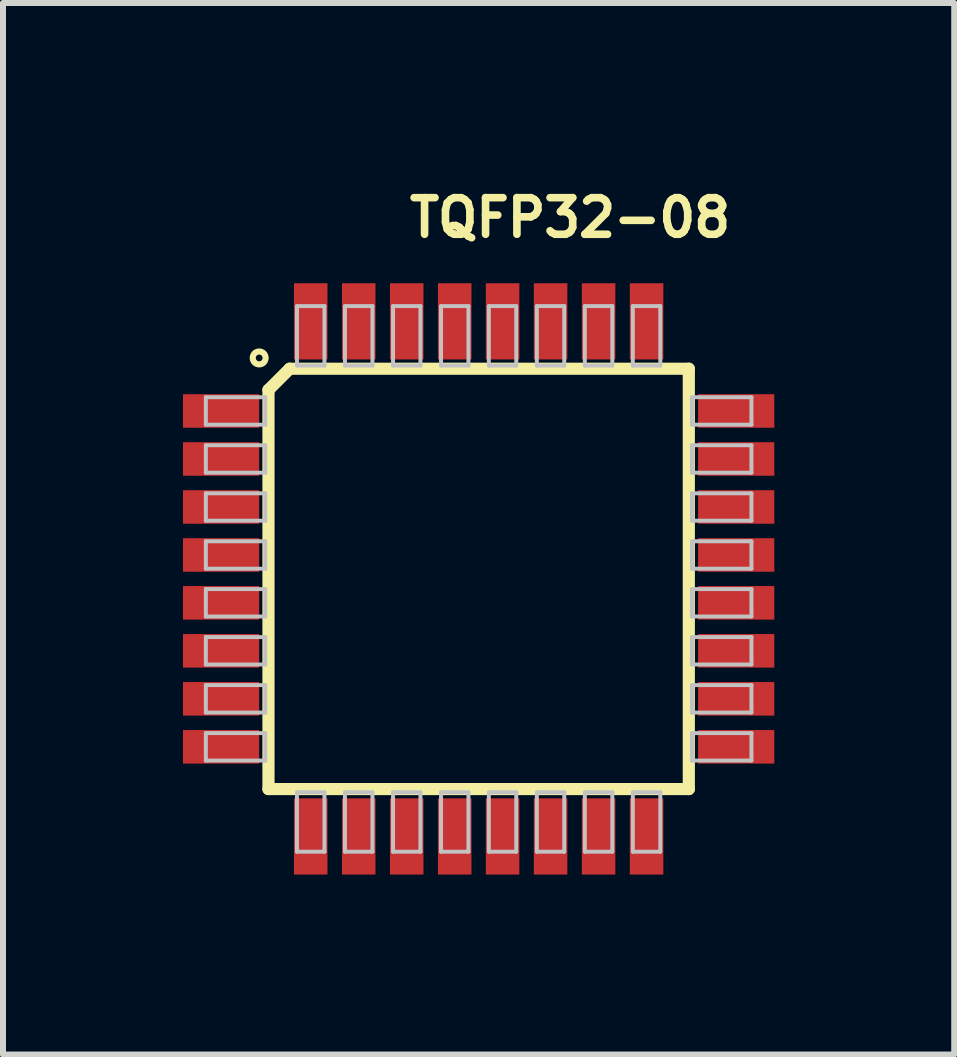
<source format=kicad_pcb>
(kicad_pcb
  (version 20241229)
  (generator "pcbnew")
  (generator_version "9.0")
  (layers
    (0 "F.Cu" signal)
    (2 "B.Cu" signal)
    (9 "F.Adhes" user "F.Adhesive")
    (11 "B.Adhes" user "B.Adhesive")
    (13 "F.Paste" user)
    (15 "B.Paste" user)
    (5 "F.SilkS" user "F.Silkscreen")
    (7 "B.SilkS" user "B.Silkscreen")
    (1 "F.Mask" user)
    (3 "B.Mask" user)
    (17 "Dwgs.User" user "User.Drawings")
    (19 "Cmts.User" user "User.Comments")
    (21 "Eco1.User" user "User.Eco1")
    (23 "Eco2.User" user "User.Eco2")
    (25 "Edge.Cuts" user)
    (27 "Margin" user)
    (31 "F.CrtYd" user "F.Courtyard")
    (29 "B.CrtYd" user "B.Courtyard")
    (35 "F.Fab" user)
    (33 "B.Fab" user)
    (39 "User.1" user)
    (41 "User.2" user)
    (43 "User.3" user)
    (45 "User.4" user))
  (footprint "TQFP32-08"
    (layer "F.Cu")
    (at 4.928 6.599)
    (property "Reference" "TQFP32-08" (at 1.524 -6.02 0) (layer "F.SilkS") (effects (font (size 0.61 0.61) (thickness 0.127))))
    (attr smd)
    (fp_line (start -3.503 3.503) (end -3.503 -3.15) (stroke (width 0.203) (type solid)) (layer "F.SilkS"))
    (fp_line (start -3.15 -3.503) (end -3.503 -3.15) (stroke (width 0.203) (type solid)) (layer "F.SilkS"))
    (fp_line (start -3.15 -3.503) (end 3.503 -3.503) (stroke (width 0.203) (type solid)) (layer "F.SilkS"))
    (fp_line (start 3.503 -3.503) (end 3.503 3.503) (stroke (width 0.203) (type solid)) (layer "F.SilkS"))
    (fp_line (start 3.503 3.503) (end -3.503 3.503) (stroke (width 0.203) (type solid)) (layer "F.SilkS"))
    (fp_circle (center -3.658 -3.683) (end -3.734 -3.759) (stroke (width 0.102) (type solid)) (fill no) (layer "F.SilkS"))
    (fp_line (start -4.547 -3.028) (end -3.556 -3.028) (stroke (width 0.066) (type solid)) (layer "Dwgs.User"))
    (fp_line (start -4.547 -2.57) (end -4.547 -3.028) (stroke (width 0.066) (type solid)) (layer "Dwgs.User"))
    (fp_line (start -4.547 -2.57) (end -3.556 -2.57) (stroke (width 0.066) (type solid)) (layer "Dwgs.User"))
    (fp_line (start -4.547 -2.228) (end -3.556 -2.228) (stroke (width 0.066) (type solid)) (layer "Dwgs.User"))
    (fp_line (start -4.547 -1.77) (end -4.547 -2.228) (stroke (width 0.066) (type solid)) (layer "Dwgs.User"))
    (fp_line (start -4.547 -1.77) (end -3.556 -1.77) (stroke (width 0.066) (type solid)) (layer "Dwgs.User"))
    (fp_line (start -4.547 -1.427) (end -3.556 -1.427) (stroke (width 0.066) (type solid)) (layer "Dwgs.User"))
    (fp_line (start -4.547 -0.97) (end -4.547 -1.427) (stroke (width 0.066) (type solid)) (layer "Dwgs.User"))
    (fp_line (start -4.547 -0.97) (end -3.556 -0.97) (stroke (width 0.066) (type solid)) (layer "Dwgs.User"))
    (fp_line (start -4.547 -0.627) (end -3.556 -0.627) (stroke (width 0.066) (type solid)) (layer "Dwgs.User"))
    (fp_line (start -4.547 -0.17) (end -4.547 -0.627) (stroke (width 0.066) (type solid)) (layer "Dwgs.User"))
    (fp_line (start -4.547 -0.17) (end -3.556 -0.17) (stroke (width 0.066) (type solid)) (layer "Dwgs.User"))
    (fp_line (start -4.547 0.17) (end -3.556 0.17) (stroke (width 0.066) (type solid)) (layer "Dwgs.User"))
    (fp_line (start -4.547 0.627) (end -4.547 0.17) (stroke (width 0.066) (type solid)) (layer "Dwgs.User"))
    (fp_line (start -4.547 0.627) (end -3.556 0.627) (stroke (width 0.066) (type solid)) (layer "Dwgs.User"))
    (fp_line (start -4.547 0.97) (end -3.556 0.97) (stroke (width 0.066) (type solid)) (layer "Dwgs.User"))
    (fp_line (start -4.547 1.427) (end -4.547 0.97) (stroke (width 0.066) (type solid)) (layer "Dwgs.User"))
    (fp_line (start -4.547 1.427) (end -3.556 1.427) (stroke (width 0.066) (type solid)) (layer "Dwgs.User"))
    (fp_line (start -4.547 1.77) (end -3.556 1.77) (stroke (width 0.066) (type solid)) (layer "Dwgs.User"))
    (fp_line (start -4.547 2.228) (end -4.547 1.77) (stroke (width 0.066) (type solid)) (layer "Dwgs.User"))
    (fp_line (start -4.547 2.228) (end -3.556 2.228) (stroke (width 0.066) (type solid)) (layer "Dwgs.User"))
    (fp_line (start -4.547 2.57) (end -3.556 2.57) (stroke (width 0.066) (type solid)) (layer "Dwgs.User"))
    (fp_line (start -4.547 3.028) (end -4.547 2.57) (stroke (width 0.066) (type solid)) (layer "Dwgs.User"))
    (fp_line (start -4.547 3.028) (end -3.556 3.028) (stroke (width 0.066) (type solid)) (layer "Dwgs.User"))
    (fp_line (start -3.556 -2.57) (end -3.556 -3.028) (stroke (width 0.066) (type solid)) (layer "Dwgs.User"))
    (fp_line (start -3.556 -1.77) (end -3.556 -2.228) (stroke (width 0.066) (type solid)) (layer "Dwgs.User"))
    (fp_line (start -3.556 -0.97) (end -3.556 -1.427) (stroke (width 0.066) (type solid)) (layer "Dwgs.User"))
    (fp_line (start -3.556 -0.17) (end -3.556 -0.627) (stroke (width 0.066) (type solid)) (layer "Dwgs.User"))
    (fp_line (start -3.556 0.627) (end -3.556 0.17) (stroke (width 0.066) (type solid)) (layer "Dwgs.User"))
    (fp_line (start -3.556 1.427) (end -3.556 0.97) (stroke (width 0.066) (type solid)) (layer "Dwgs.User"))
    (fp_line (start -3.556 2.228) (end -3.556 1.77) (stroke (width 0.066) (type solid)) (layer "Dwgs.User"))
    (fp_line (start -3.556 3.028) (end -3.556 2.57) (stroke (width 0.066) (type solid)) (layer "Dwgs.User"))
    (fp_line (start -3.028 -4.547) (end -2.57 -4.547) (stroke (width 0.066) (type solid)) (layer "Dwgs.User"))
    (fp_line (start -3.028 -3.556) (end -3.028 -4.547) (stroke (width 0.066) (type solid)) (layer "Dwgs.User"))
    (fp_line (start -3.028 -3.556) (end -2.57 -3.556) (stroke (width 0.066) (type solid)) (layer "Dwgs.User"))
    (fp_line (start -3.028 3.556) (end -2.57 3.556) (stroke (width 0.066) (type solid)) (layer "Dwgs.User"))
    (fp_line (start -3.028 4.547) (end -3.028 3.556) (stroke (width 0.066) (type solid)) (layer "Dwgs.User"))
    (fp_line (start -3.028 4.547) (end -2.57 4.547) (stroke (width 0.066) (type solid)) (layer "Dwgs.User"))
    (fp_line (start -2.57 -3.556) (end -2.57 -4.547) (stroke (width 0.066) (type solid)) (layer "Dwgs.User"))
    (fp_line (start -2.57 4.547) (end -2.57 3.556) (stroke (width 0.066) (type solid)) (layer "Dwgs.User"))
    (fp_line (start -2.228 -4.547) (end -1.77 -4.547) (stroke (width 0.066) (type solid)) (layer "Dwgs.User"))
    (fp_line (start -2.228 -3.556) (end -2.228 -4.547) (stroke (width 0.066) (type solid)) (layer "Dwgs.User"))
    (fp_line (start -2.228 -3.556) (end -1.77 -3.556) (stroke (width 0.066) (type solid)) (layer "Dwgs.User"))
    (fp_line (start -2.228 3.556) (end -1.77 3.556) (stroke (width 0.066) (type solid)) (layer "Dwgs.User"))
    (fp_line (start -2.228 4.547) (end -2.228 3.556) (stroke (width 0.066) (type solid)) (layer "Dwgs.User"))
    (fp_line (start -2.228 4.547) (end -1.77 4.547) (stroke (width 0.066) (type solid)) (layer "Dwgs.User"))
    (fp_line (start -1.77 -3.556) (end -1.77 -4.547) (stroke (width 0.066) (type solid)) (layer "Dwgs.User"))
    (fp_line (start -1.77 4.547) (end -1.77 3.556) (stroke (width 0.066) (type solid)) (layer "Dwgs.User"))
    (fp_line (start -1.427 -4.547) (end -0.97 -4.547) (stroke (width 0.066) (type solid)) (layer "Dwgs.User"))
    (fp_line (start -1.427 -3.556) (end -1.427 -4.547) (stroke (width 0.066) (type solid)) (layer "Dwgs.User"))
    (fp_line (start -1.427 -3.556) (end -0.97 -3.556) (stroke (width 0.066) (type solid)) (layer "Dwgs.User"))
    (fp_line (start -1.427 3.556) (end -0.97 3.556) (stroke (width 0.066) (type solid)) (layer "Dwgs.User"))
    (fp_line (start -1.427 4.547) (end -1.427 3.556) (stroke (width 0.066) (type solid)) (layer "Dwgs.User"))
    (fp_line (start -1.427 4.547) (end -0.97 4.547) (stroke (width 0.066) (type solid)) (layer "Dwgs.User"))
    (fp_line (start -0.97 -3.556) (end -0.97 -4.547) (stroke (width 0.066) (type solid)) (layer "Dwgs.User"))
    (fp_line (start -0.97 4.547) (end -0.97 3.556) (stroke (width 0.066) (type solid)) (layer "Dwgs.User"))
    (fp_line (start -0.627 -4.547) (end -0.17 -4.547) (stroke (width 0.066) (type solid)) (layer "Dwgs.User"))
    (fp_line (start -0.627 -3.556) (end -0.627 -4.547) (stroke (width 0.066) (type solid)) (layer "Dwgs.User"))
    (fp_line (start -0.627 -3.556) (end -0.17 -3.556) (stroke (width 0.066) (type solid)) (layer "Dwgs.User"))
    (fp_line (start -0.627 3.556) (end -0.17 3.556) (stroke (width 0.066) (type solid)) (layer "Dwgs.User"))
    (fp_line (start -0.627 4.547) (end -0.627 3.556) (stroke (width 0.066) (type solid)) (layer "Dwgs.User"))
    (fp_line (start -0.627 4.547) (end -0.17 4.547) (stroke (width 0.066) (type solid)) (layer "Dwgs.User"))
    (fp_line (start -0.17 -3.556) (end -0.17 -4.547) (stroke (width 0.066) (type solid)) (layer "Dwgs.User"))
    (fp_line (start -0.17 4.547) (end -0.17 3.556) (stroke (width 0.066) (type solid)) (layer "Dwgs.User"))
    (fp_line (start 0.17 -4.547) (end 0.627 -4.547) (stroke (width 0.066) (type solid)) (layer "Dwgs.User"))
    (fp_line (start 0.17 -3.556) (end 0.17 -4.547) (stroke (width 0.066) (type solid)) (layer "Dwgs.User"))
    (fp_line (start 0.17 -3.556) (end 0.627 -3.556) (stroke (width 0.066) (type solid)) (layer "Dwgs.User"))
    (fp_line (start 0.17 3.556) (end 0.627 3.556) (stroke (width 0.066) (type solid)) (layer "Dwgs.User"))
    (fp_line (start 0.17 4.547) (end 0.17 3.556) (stroke (width 0.066) (type solid)) (layer "Dwgs.User"))
    (fp_line (start 0.17 4.547) (end 0.627 4.547) (stroke (width 0.066) (type solid)) (layer "Dwgs.User"))
    (fp_line (start 0.627 -3.556) (end 0.627 -4.547) (stroke (width 0.066) (type solid)) (layer "Dwgs.User"))
    (fp_line (start 0.627 4.547) (end 0.627 3.556) (stroke (width 0.066) (type solid)) (layer "Dwgs.User"))
    (fp_line (start 0.97 -4.547) (end 1.427 -4.547) (stroke (width 0.066) (type solid)) (layer "Dwgs.User"))
    (fp_line (start 0.97 -3.556) (end 0.97 -4.547) (stroke (width 0.066) (type solid)) (layer "Dwgs.User"))
    (fp_line (start 0.97 -3.556) (end 1.427 -3.556) (stroke (width 0.066) (type solid)) (layer "Dwgs.User"))
    (fp_line (start 0.97 3.556) (end 1.427 3.556) (stroke (width 0.066) (type solid)) (layer "Dwgs.User"))
    (fp_line (start 0.97 4.547) (end 0.97 3.556) (stroke (width 0.066) (type solid)) (layer "Dwgs.User"))
    (fp_line (start 0.97 4.547) (end 1.427 4.547) (stroke (width 0.066) (type solid)) (layer "Dwgs.User"))
    (fp_line (start 1.427 -3.556) (end 1.427 -4.547) (stroke (width 0.066) (type solid)) (layer "Dwgs.User"))
    (fp_line (start 1.427 4.547) (end 1.427 3.556) (stroke (width 0.066) (type solid)) (layer "Dwgs.User"))
    (fp_line (start 1.77 -4.547) (end 2.228 -4.547) (stroke (width 0.066) (type solid)) (layer "Dwgs.User"))
    (fp_line (start 1.77 -3.556) (end 1.77 -4.547) (stroke (width 0.066) (type solid)) (layer "Dwgs.User"))
    (fp_line (start 1.77 -3.556) (end 2.228 -3.556) (stroke (width 0.066) (type solid)) (layer "Dwgs.User"))
    (fp_line (start 1.77 3.556) (end 2.228 3.556) (stroke (width 0.066) (type solid)) (layer "Dwgs.User"))
    (fp_line (start 1.77 4.547) (end 1.77 3.556) (stroke (width 0.066) (type solid)) (layer "Dwgs.User"))
    (fp_line (start 1.77 4.547) (end 2.228 4.547) (stroke (width 0.066) (type solid)) (layer "Dwgs.User"))
    (fp_line (start 2.228 -3.556) (end 2.228 -4.547) (stroke (width 0.066) (type solid)) (layer "Dwgs.User"))
    (fp_line (start 2.228 4.547) (end 2.228 3.556) (stroke (width 0.066) (type solid)) (layer "Dwgs.User"))
    (fp_line (start 2.57 -4.547) (end 3.028 -4.547) (stroke (width 0.066) (type solid)) (layer "Dwgs.User"))
    (fp_line (start 2.57 -3.556) (end 2.57 -4.547) (stroke (width 0.066) (type solid)) (layer "Dwgs.User"))
    (fp_line (start 2.57 -3.556) (end 3.028 -3.556) (stroke (width 0.066) (type solid)) (layer "Dwgs.User"))
    (fp_line (start 2.57 3.556) (end 3.028 3.556) (stroke (width 0.066) (type solid)) (layer "Dwgs.User"))
    (fp_line (start 2.57 4.547) (end 2.57 3.556) (stroke (width 0.066) (type solid)) (layer "Dwgs.User"))
    (fp_line (start 2.57 4.547) (end 3.028 4.547) (stroke (width 0.066) (type solid)) (layer "Dwgs.User"))
    (fp_line (start 3.028 -3.556) (end 3.028 -4.547) (stroke (width 0.066) (type solid)) (layer "Dwgs.User"))
    (fp_line (start 3.028 4.547) (end 3.028 3.556) (stroke (width 0.066) (type solid)) (layer "Dwgs.User"))
    (fp_line (start 3.556 -3.028) (end 4.547 -3.028) (stroke (width 0.066) (type solid)) (layer "Dwgs.User"))
    (fp_line (start 3.556 -2.57) (end 3.556 -3.028) (stroke (width 0.066) (type solid)) (layer "Dwgs.User"))
    (fp_line (start 3.556 -2.57) (end 4.547 -2.57) (stroke (width 0.066) (type solid)) (layer "Dwgs.User"))
    (fp_line (start 3.556 -2.228) (end 4.547 -2.228) (stroke (width 0.066) (type solid)) (layer "Dwgs.User"))
    (fp_line (start 3.556 -1.77) (end 3.556 -2.228) (stroke (width 0.066) (type solid)) (layer "Dwgs.User"))
    (fp_line (start 3.556 -1.77) (end 4.547 -1.77) (stroke (width 0.066) (type solid)) (layer "Dwgs.User"))
    (fp_line (start 3.556 -1.427) (end 4.547 -1.427) (stroke (width 0.066) (type solid)) (layer "Dwgs.User"))
    (fp_line (start 3.556 -0.97) (end 3.556 -1.427) (stroke (width 0.066) (type solid)) (layer "Dwgs.User"))
    (fp_line (start 3.556 -0.97) (end 4.547 -0.97) (stroke (width 0.066) (type solid)) (layer "Dwgs.User"))
    (fp_line (start 3.556 -0.627) (end 4.547 -0.627) (stroke (width 0.066) (type solid)) (layer "Dwgs.User"))
    (fp_line (start 3.556 -0.17) (end 3.556 -0.627) (stroke (width 0.066) (type solid)) (layer "Dwgs.User"))
    (fp_line (start 3.556 -0.17) (end 4.547 -0.17) (stroke (width 0.066) (type solid)) (layer "Dwgs.User"))
    (fp_line (start 3.556 0.17) (end 4.547 0.17) (stroke (width 0.066) (type solid)) (layer "Dwgs.User"))
    (fp_line (start 3.556 0.627) (end 3.556 0.17) (stroke (width 0.066) (type solid)) (layer "Dwgs.User"))
    (fp_line (start 3.556 0.627) (end 4.547 0.627) (stroke (width 0.066) (type solid)) (layer "Dwgs.User"))
    (fp_line (start 3.556 0.97) (end 4.547 0.97) (stroke (width 0.066) (type solid)) (layer "Dwgs.User"))
    (fp_line (start 3.556 1.427) (end 3.556 0.97) (stroke (width 0.066) (type solid)) (layer "Dwgs.User"))
    (fp_line (start 3.556 1.427) (end 4.547 1.427) (stroke (width 0.066) (type solid)) (layer "Dwgs.User"))
    (fp_line (start 3.556 1.77) (end 4.547 1.77) (stroke (width 0.066) (type solid)) (layer "Dwgs.User"))
    (fp_line (start 3.556 2.228) (end 3.556 1.77) (stroke (width 0.066) (type solid)) (layer "Dwgs.User"))
    (fp_line (start 3.556 2.228) (end 4.547 2.228) (stroke (width 0.066) (type solid)) (layer "Dwgs.User"))
    (fp_line (start 3.556 2.57) (end 4.547 2.57) (stroke (width 0.066) (type solid)) (layer "Dwgs.User"))
    (fp_line (start 3.556 3.028) (end 3.556 2.57) (stroke (width 0.066) (type solid)) (layer "Dwgs.User"))
    (fp_line (start 3.556 3.028) (end 4.547 3.028) (stroke (width 0.066) (type solid)) (layer "Dwgs.User"))
    (fp_line (start 4.547 -2.57) (end 4.547 -3.028) (stroke (width 0.066) (type solid)) (layer "Dwgs.User"))
    (fp_line (start 4.547 -1.77) (end 4.547 -2.228) (stroke (width 0.066) (type solid)) (layer "Dwgs.User"))
    (fp_line (start 4.547 -0.97) (end 4.547 -1.427) (stroke (width 0.066) (type solid)) (layer "Dwgs.User"))
    (fp_line (start 4.547 -0.17) (end 4.547 -0.627) (stroke (width 0.066) (type solid)) (layer "Dwgs.User"))
    (fp_line (start 4.547 0.627) (end 4.547 0.17) (stroke (width 0.066) (type solid)) (layer "Dwgs.User"))
    (fp_line (start 4.547 1.427) (end 4.547 0.97) (stroke (width 0.066) (type solid)) (layer "Dwgs.User"))
    (fp_line (start 4.547 2.228) (end 4.547 1.77) (stroke (width 0.066) (type solid)) (layer "Dwgs.User"))
    (fp_line (start 4.547 3.028) (end 4.547 2.57) (stroke (width 0.066) (type solid)) (layer "Dwgs.User"))
    (pad "1" smd rect (at -4.293 -2.799) (size 1.27 0.559) (layers "F.Cu" "F.Mask" "F.Paste"))
    (pad "2" smd rect (at -4.293 -1.999) (size 1.27 0.559) (layers "F.Cu" "F.Mask" "F.Paste"))
    (pad "3" smd rect (at -4.293 -1.199) (size 1.27 0.559) (layers "F.Cu" "F.Mask" "F.Paste"))
    (pad "4" smd rect (at -4.293 -0.399) (size 1.27 0.559) (layers "F.Cu" "F.Mask" "F.Paste"))
    (pad "5" smd rect (at -4.293 0.399) (size 1.27 0.559) (layers "F.Cu" "F.Mask" "F.Paste"))
    (pad "6" smd rect (at -4.293 1.199) (size 1.27 0.559) (layers "F.Cu" "F.Mask" "F.Paste"))
    (pad "7" smd rect (at -4.293 1.999) (size 1.27 0.559) (layers "F.Cu" "F.Mask" "F.Paste"))
    (pad "8" smd rect (at -4.293 2.799) (size 1.27 0.559) (layers "F.Cu" "F.Mask" "F.Paste"))
    (pad "9" smd rect (at -2.799 4.293) (size 0.559 1.27) (layers "F.Cu" "F.Mask" "F.Paste"))
    (pad "10" smd rect (at -1.999 4.293) (size 0.559 1.27) (layers "F.Cu" "F.Mask" "F.Paste"))
    (pad "11" smd rect (at -1.199 4.293) (size 0.559 1.27) (layers "F.Cu" "F.Mask" "F.Paste"))
    (pad "12" smd rect (at -0.399 4.293) (size 0.559 1.27) (layers "F.Cu" "F.Mask" "F.Paste"))
    (pad "13" smd rect (at 0.399 4.293) (size 0.559 1.27) (layers "F.Cu" "F.Mask" "F.Paste"))
    (pad "14" smd rect (at 1.199 4.293) (size 0.559 1.27) (layers "F.Cu" "F.Mask" "F.Paste"))
    (pad "15" smd rect (at 1.999 4.293) (size 0.559 1.27) (layers "F.Cu" "F.Mask" "F.Paste"))
    (pad "16" smd rect (at 2.799 4.293) (size 0.559 1.27) (layers "F.Cu" "F.Mask" "F.Paste"))
    (pad "17" smd rect (at 4.293 2.799) (size 1.27 0.559) (layers "F.Cu" "F.Mask" "F.Paste"))
    (pad "18" smd rect (at 4.293 1.999) (size 1.27 0.559) (layers "F.Cu" "F.Mask" "F.Paste"))
    (pad "19" smd rect (at 4.293 1.199) (size 1.27 0.559) (layers "F.Cu" "F.Mask" "F.Paste"))
    (pad "20" smd rect (at 4.293 0.399) (size 1.27 0.559) (layers "F.Cu" "F.Mask" "F.Paste"))
    (pad "21" smd rect (at 4.293 -0.399) (size 1.27 0.559) (layers "F.Cu" "F.Mask" "F.Paste"))
    (pad "22" smd rect (at 4.293 -1.199) (size 1.27 0.559) (layers "F.Cu" "F.Mask" "F.Paste"))
    (pad "23" smd rect (at 4.293 -1.999) (size 1.27 0.559) (layers "F.Cu" "F.Mask" "F.Paste"))
    (pad "24" smd rect (at 4.293 -2.799) (size 1.27 0.559) (layers "F.Cu" "F.Mask" "F.Paste"))
    (pad "25" smd rect (at 2.799 -4.293) (size 0.559 1.27) (layers "F.Cu" "F.Mask" "F.Paste"))
    (pad "26" smd rect (at 1.999 -4.293) (size 0.559 1.27) (layers "F.Cu" "F.Mask" "F.Paste"))
    (pad "27" smd rect (at 1.199 -4.293) (size 0.559 1.27) (layers "F.Cu" "F.Mask" "F.Paste"))
    (pad "28" smd rect (at 0.399 -4.293) (size 0.559 1.27) (layers "F.Cu" "F.Mask" "F.Paste"))
    (pad "29" smd rect (at -0.399 -4.293) (size 0.559 1.27) (layers "F.Cu" "F.Mask" "F.Paste"))
    (pad "30" smd rect (at -1.199 -4.293) (size 0.559 1.27) (layers "F.Cu" "F.Mask" "F.Paste"))
    (pad "31" smd rect (at -1.999 -4.293) (size 0.559 1.27) (layers "F.Cu" "F.Mask" "F.Paste"))
    (pad "32" smd rect (at -2.799 -4.293) (size 0.559 1.27) (layers "F.Cu" "F.Mask" "F.Paste")))
  (gr_rect
    (start -3 -3)
    (end 12.855 14.527)
    (stroke (width 0.1) (type default))
    (fill no)
    (layer "Edge.Cuts")))
</source>
